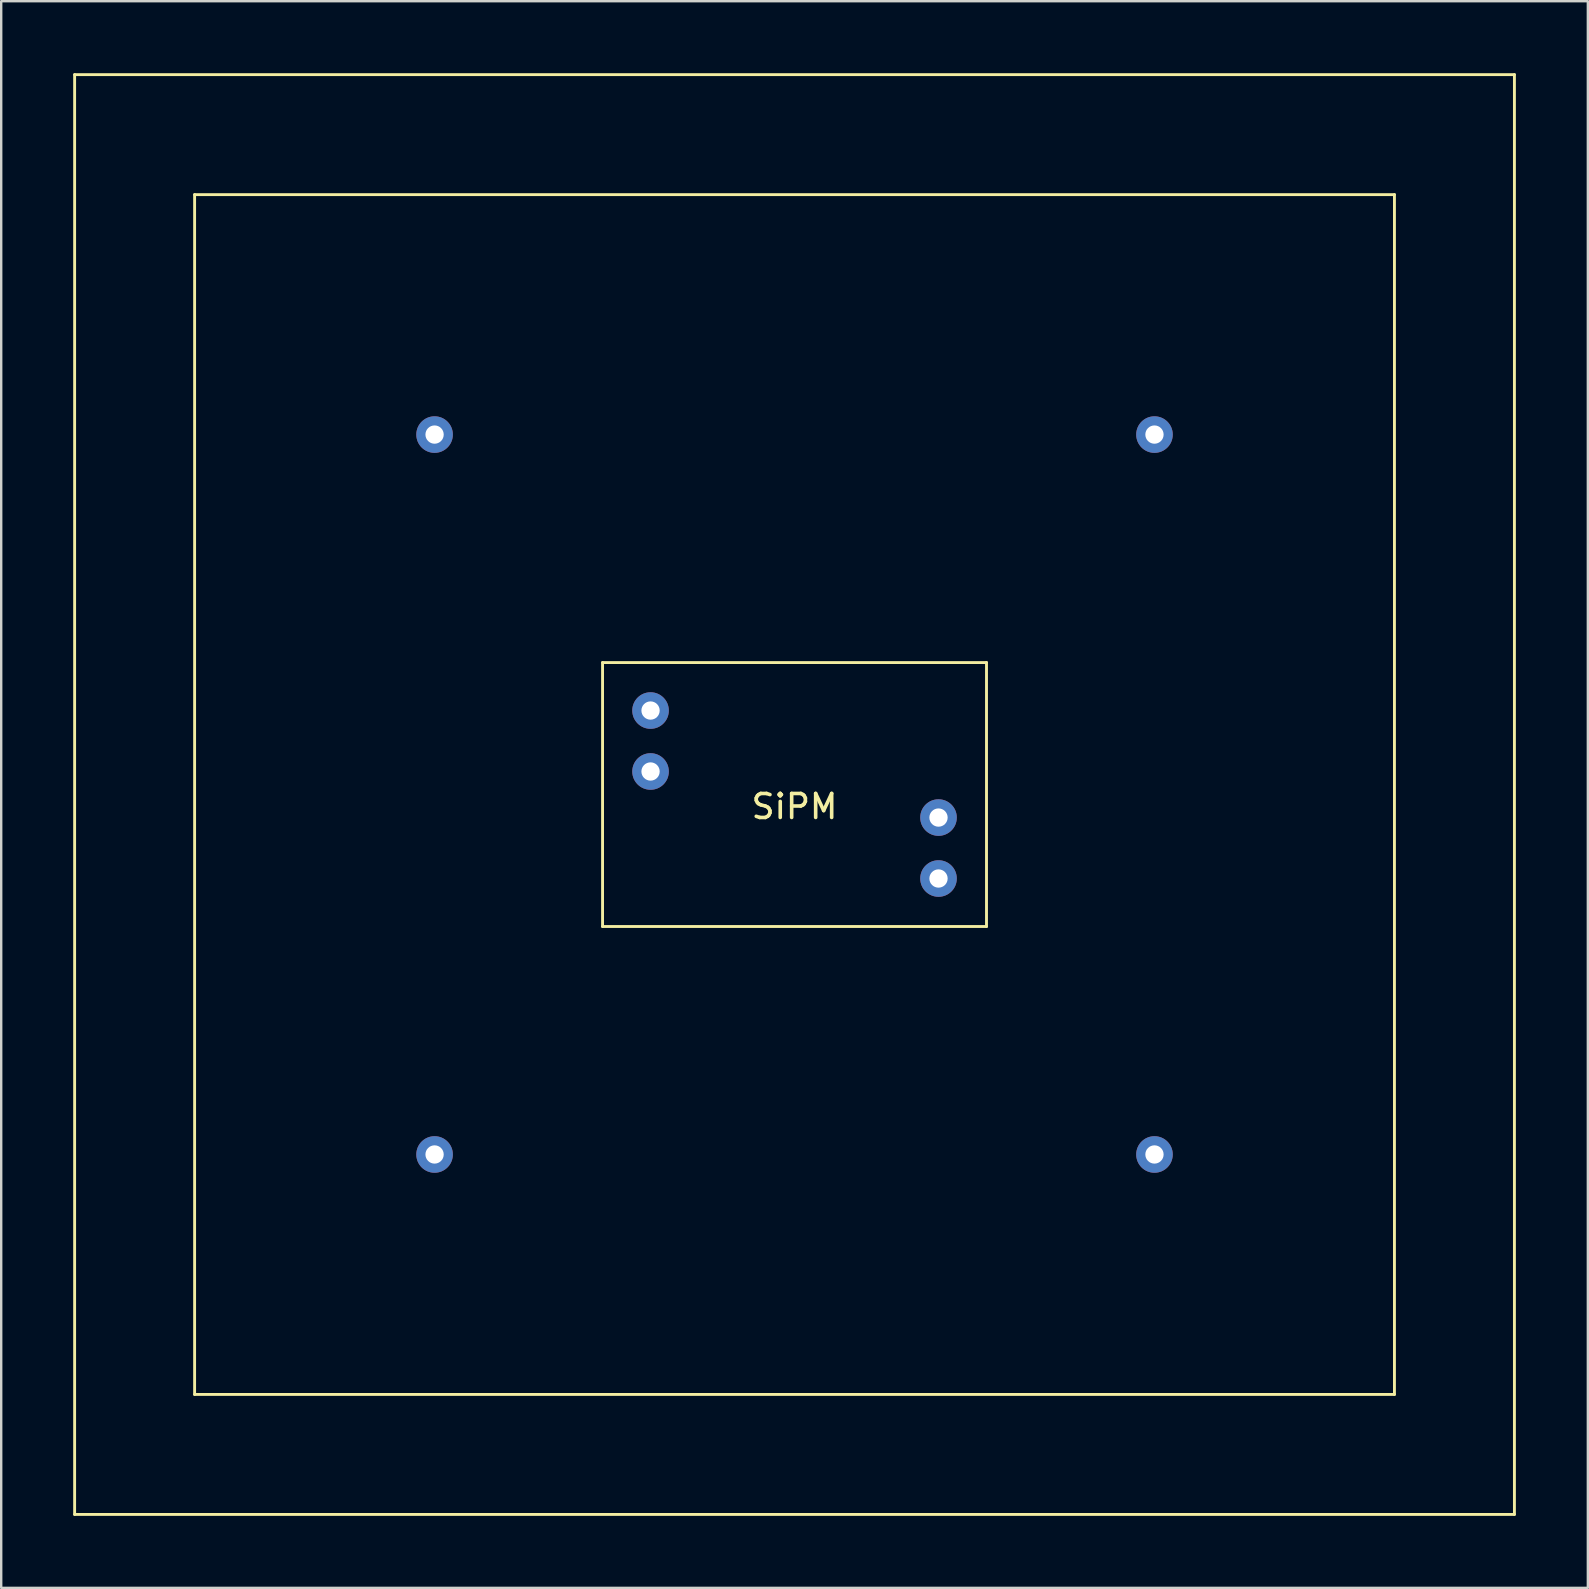
<source format=kicad_pcb>
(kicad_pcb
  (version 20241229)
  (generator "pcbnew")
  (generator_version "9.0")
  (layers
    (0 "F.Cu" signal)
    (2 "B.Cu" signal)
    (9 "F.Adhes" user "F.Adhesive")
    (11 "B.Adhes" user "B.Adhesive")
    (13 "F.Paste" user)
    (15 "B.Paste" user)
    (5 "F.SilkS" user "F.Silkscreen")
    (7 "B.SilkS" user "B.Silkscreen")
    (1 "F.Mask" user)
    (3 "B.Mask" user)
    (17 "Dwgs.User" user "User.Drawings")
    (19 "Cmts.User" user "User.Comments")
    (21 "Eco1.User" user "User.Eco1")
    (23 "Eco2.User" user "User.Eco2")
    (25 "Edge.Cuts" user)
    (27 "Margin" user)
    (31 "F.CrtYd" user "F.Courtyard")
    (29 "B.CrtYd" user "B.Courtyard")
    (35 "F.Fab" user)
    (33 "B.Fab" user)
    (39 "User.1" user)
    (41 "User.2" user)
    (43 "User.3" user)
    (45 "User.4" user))
  (footprint "SiPM"
    (layer "F.Cu")
    (at 30.06 30.06)
    (property "Reference" "SiPM" (at 0 0.5 0) (layer "F.SilkS") (effects (font (size 1 1) (thickness 0.15))))
    (attr through_hole)
    (fp_line (start -30 -30) (end 30 -30) (stroke (width 0.12) (type solid)) (layer "F.SilkS"))
    (fp_line (start -30 30) (end -30 -30) (stroke (width 0.12) (type solid)) (layer "F.SilkS"))
    (fp_line (start -25 -25) (end -25 25) (stroke (width 0.12) (type solid)) (layer "F.SilkS"))
    (fp_line (start -25 -25) (end 25 -25) (stroke (width 0.12) (type solid)) (layer "F.SilkS"))
    (fp_line (start -25 25) (end 25 25) (stroke (width 0.12) (type solid)) (layer "F.SilkS"))
    (fp_line (start -8 -5.5) (end -8 5.5) (stroke (width 0.12) (type solid)) (layer "F.SilkS"))
    (fp_line (start -8 -5.5) (end 8 -5.5) (stroke (width 0.12) (type solid)) (layer "F.SilkS"))
    (fp_line (start -8 5.5) (end 8 5.5) (stroke (width 0.12) (type solid)) (layer "F.SilkS"))
    (fp_line (start 8 -5.5) (end 8 5.5) (stroke (width 0.12) (type solid)) (layer "F.SilkS"))
    (fp_line (start 25 -25) (end 25 25) (stroke (width 0.12) (type solid)) (layer "F.SilkS"))
    (fp_line (start 30 -30) (end 30 30) (stroke (width 0.12) (type solid)) (layer "F.SilkS"))
    (fp_line (start 30 30) (end -30 30) (stroke (width 0.12) (type solid)) (layer "F.SilkS"))
    (pad "" thru_hole circle (at 6 0.96) (size 1.524 1.524) (drill 0.762) (layers "*.Cu" "*.Mask"))
    (pad "" thru_hole circle (at 6 3.5) (size 1.524 1.524) (drill 0.762) (layers "*.Cu" "*.Mask"))
    (pad "1" thru_hole circle (at -6 -3.5) (size 1.524 1.524) (drill 0.762) (layers "*.Cu" "*.Mask"))
    (pad "2" thru_hole circle (at -6 -0.96) (size 1.524 1.524) (drill 0.762) (layers "*.Cu" "*.Mask"))
    (pad "3" thru_hole circle (at 15 -15) (size 1.524 1.524) (drill 0.762) (layers "*.Cu" "*.Mask"))
    (pad "4" thru_hole circle (at -15 15) (size 1.524 1.524) (drill 0.762) (layers "*.Cu" "*.Mask"))
    (pad "5" thru_hole circle (at 15 15) (size 1.524 1.524) (drill 0.762) (layers "*.Cu" "*.Mask"))
    (pad "6" thru_hole circle (at -15 -15) (size 1.524 1.524) (drill 0.762) (layers "*.Cu" "*.Mask")))
  (gr_rect
    (start -3 -3)
    (end 63.12 63.12)
    (stroke (width 0.1) (type default))
    (fill no)
    (layer "Edge.Cuts")))
</source>
